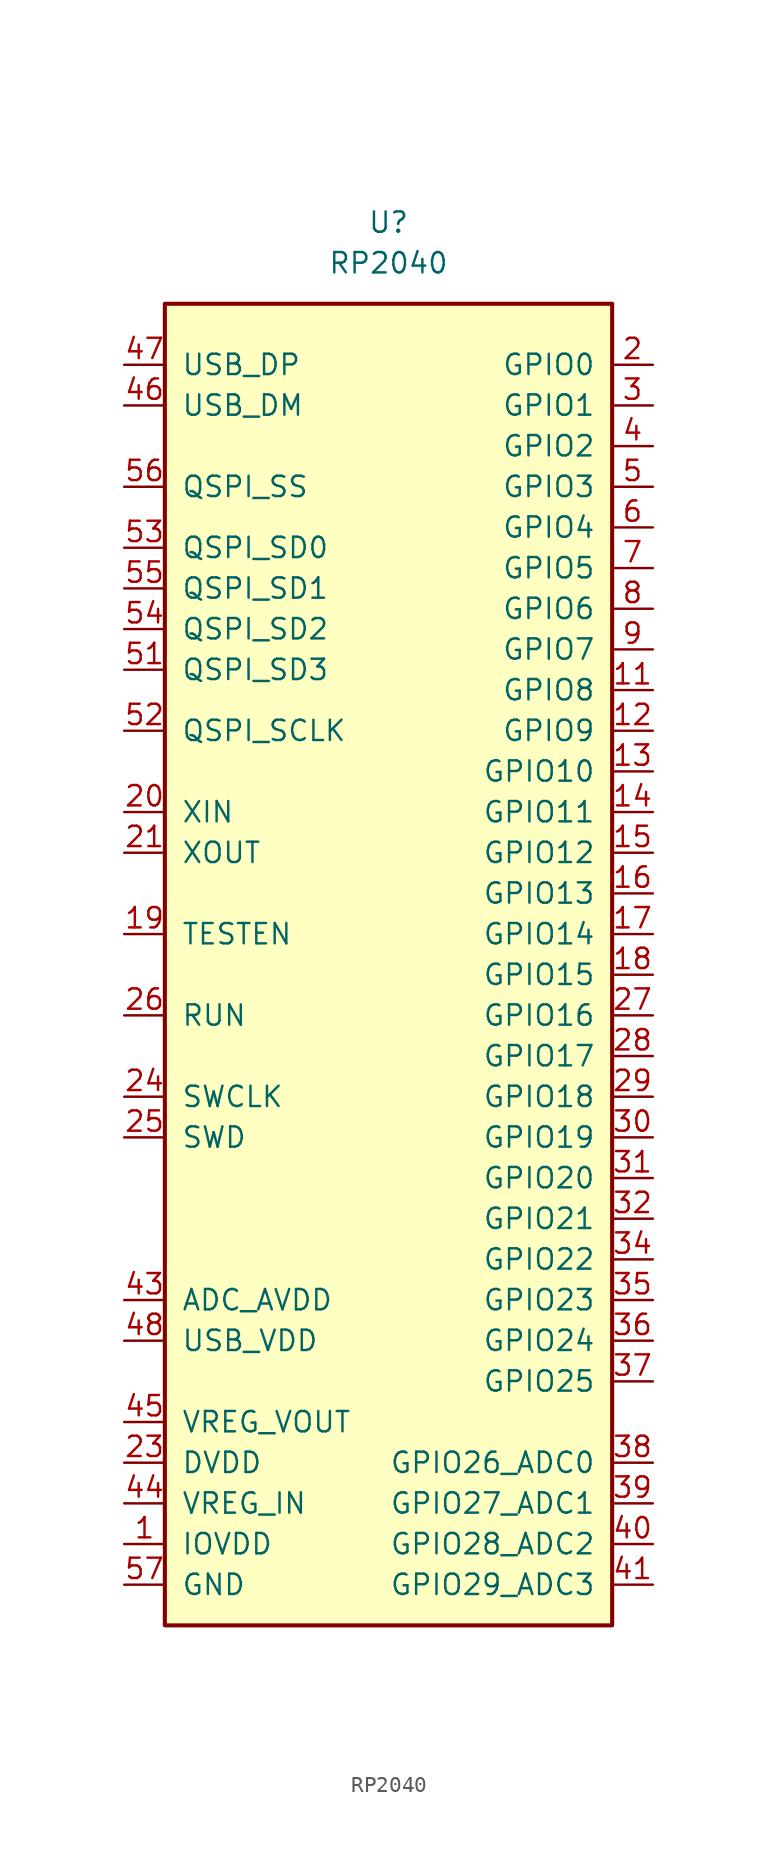
<source format=kicad_sym>
(kicad_symbol_lib
  (version 20220914)
  (generator kicad_symbol_editor)
  (symbol "RP2040"
    (pin_names
      (offset 1.016))
    (property "Reference" "U"
      (at 0 5.08 0)
      (effects (font (size 1.27 1.27))))
    (property "Value" "RP2040"
      (at 0 2.54 0)
      (effects (font (size 1.27 1.27))))
    (symbol "RP2040_0_1"
      (rectangle (start -13.97 0) (end 13.97 -82.55) (stroke (width 0.254) (type solid)) (fill (type background))))
    (symbol "RP2040_1_1"
      (pin power_in line (at -16.51 -77.47 0) (length 2.54) (name "IOVDD" (effects (font (size 1.27 1.27)))) (number "1" (effects (font (size 1.27 1.27)))))
      (pin power_in line (at -16.51 -77.47 0) (length 2.54) hide (name "IOVDD" (effects (font (size 1.27 1.27)))) (number "10" (effects (font (size 1.27 1.27)))))
      (pin bidirectional line (at 16.51 -24.13 180) (length 2.54) (name "GPIO8" (effects (font (size 1.27 1.27)))) (number "11" (effects (font (size 1.27 1.27)))))
      (pin bidirectional line (at 16.51 -26.67 180) (length 2.54) (name "GPIO9" (effects (font (size 1.27 1.27)))) (number "12" (effects (font (size 1.27 1.27)))))
      (pin bidirectional line (at 16.51 -29.21 180) (length 2.54) (name "GPIO10" (effects (font (size 1.27 1.27)))) (number "13" (effects (font (size 1.27 1.27)))))
      (pin bidirectional line (at 16.51 -31.75 180) (length 2.54) (name "GPIO11" (effects (font (size 1.27 1.27)))) (number "14" (effects (font (size 1.27 1.27)))))
      (pin bidirectional line (at 16.51 -34.29 180) (length 2.54) (name "GPIO12" (effects (font (size 1.27 1.27)))) (number "15" (effects (font (size 1.27 1.27)))))
      (pin bidirectional line (at 16.51 -36.83 180) (length 2.54) (name "GPIO13" (effects (font (size 1.27 1.27)))) (number "16" (effects (font (size 1.27 1.27)))))
      (pin bidirectional line (at 16.51 -39.37 180) (length 2.54) (name "GPIO14" (effects (font (size 1.27 1.27)))) (number "17" (effects (font (size 1.27 1.27)))))
      (pin bidirectional line (at 16.51 -41.91 180) (length 2.54) (name "GPIO15" (effects (font (size 1.27 1.27)))) (number "18" (effects (font (size 1.27 1.27)))))
      (pin passive line (at -16.51 -39.37 0) (length 2.54) (name "TESTEN" (effects (font (size 1.27 1.27)))) (number "19" (effects (font (size 1.27 1.27)))))
      (pin bidirectional line (at 16.51 -3.81 180) (length 2.54) (name "GPIO0" (effects (font (size 1.27 1.27)))) (number "2" (effects (font (size 1.27 1.27)))))
      (pin input line (at -16.51 -31.75 0) (length 2.54) (name "XIN" (effects (font (size 1.27 1.27)))) (number "20" (effects (font (size 1.27 1.27)))))
      (pin passive line (at -16.51 -34.29 0) (length 2.54) (name "XOUT" (effects (font (size 1.27 1.27)))) (number "21" (effects (font (size 1.27 1.27)))))
      (pin power_in line (at -16.51 -77.47 0) (length 2.54) hide (name "IOVDD" (effects (font (size 1.27 1.27)))) (number "22" (effects (font (size 1.27 1.27)))))
      (pin power_in line (at -16.51 -72.39 0) (length 2.54) (name "DVDD" (effects (font (size 1.27 1.27)))) (number "23" (effects (font (size 1.27 1.27)))))
      (pin input line (at -16.51 -49.53 0) (length 2.54) (name "SWCLK" (effects (font (size 1.27 1.27)))) (number "24" (effects (font (size 1.27 1.27)))))
      (pin bidirectional line (at -16.51 -52.07 0) (length 2.54) (name "SWD" (effects (font (size 1.27 1.27)))) (number "25" (effects (font (size 1.27 1.27)))))
      (pin input line (at -16.51 -44.45 0) (length 2.54) (name "RUN" (effects (font (size 1.27 1.27)))) (number "26" (effects (font (size 1.27 1.27)))))
      (pin bidirectional line (at 16.51 -44.45 180) (length 2.54) (name "GPIO16" (effects (font (size 1.27 1.27)))) (number "27" (effects (font (size 1.27 1.27)))))
      (pin bidirectional line (at 16.51 -46.99 180) (length 2.54) (name "GPIO17" (effects (font (size 1.27 1.27)))) (number "28" (effects (font (size 1.27 1.27)))))
      (pin bidirectional line (at 16.51 -49.53 180) (length 2.54) (name "GPIO18" (effects (font (size 1.27 1.27)))) (number "29" (effects (font (size 1.27 1.27)))))
      (pin bidirectional line (at 16.51 -6.35 180) (length 2.54) (name "GPIO1" (effects (font (size 1.27 1.27)))) (number "3" (effects (font (size 1.27 1.27)))))
      (pin bidirectional line (at 16.51 -52.07 180) (length 2.54) (name "GPIO19" (effects (font (size 1.27 1.27)))) (number "30" (effects (font (size 1.27 1.27)))))
      (pin bidirectional line (at 16.51 -54.61 180) (length 2.54) (name "GPIO20" (effects (font (size 1.27 1.27)))) (number "31" (effects (font (size 1.27 1.27)))))
      (pin bidirectional line (at 16.51 -57.15 180) (length 2.54) (name "GPIO21" (effects (font (size 1.27 1.27)))) (number "32" (effects (font (size 1.27 1.27)))))
      (pin power_in line (at -16.51 -77.47 0) (length 2.54) hide (name "IOVDD" (effects (font (size 1.27 1.27)))) (number "33" (effects (font (size 1.27 1.27)))))
      (pin bidirectional line (at 16.51 -59.69 180) (length 2.54) (name "GPIO22" (effects (font (size 1.27 1.27)))) (number "34" (effects (font (size 1.27 1.27)))))
      (pin bidirectional line (at 16.51 -62.23 180) (length 2.54) (name "GPIO23" (effects (font (size 1.27 1.27)))) (number "35" (effects (font (size 1.27 1.27)))))
      (pin bidirectional line (at 16.51 -64.77 180) (length 2.54) (name "GPIO24" (effects (font (size 1.27 1.27)))) (number "36" (effects (font (size 1.27 1.27)))))
      (pin bidirectional line (at 16.51 -67.31 180) (length 2.54) (name "GPIO25" (effects (font (size 1.27 1.27)))) (number "37" (effects (font (size 1.27 1.27)))))
      (pin bidirectional line (at 16.51 -72.39 180) (length 2.54) (name "GPIO26_ADC0" (effects (font (size 1.27 1.27)))) (number "38" (effects (font (size 1.27 1.27)))))
      (pin bidirectional line (at 16.51 -74.93 180) (length 2.54) (name "GPIO27_ADC1" (effects (font (size 1.27 1.27)))) (number "39" (effects (font (size 1.27 1.27)))))
      (pin bidirectional line (at 16.51 -8.89 180) (length 2.54) (name "GPIO2" (effects (font (size 1.27 1.27)))) (number "4" (effects (font (size 1.27 1.27)))))
      (pin bidirectional line (at 16.51 -77.47 180) (length 2.54) (name "GPIO28_ADC2" (effects (font (size 1.27 1.27)))) (number "40" (effects (font (size 1.27 1.27)))))
      (pin bidirectional line (at 16.51 -80.01 180) (length 2.54) (name "GPIO29_ADC3" (effects (font (size 1.27 1.27)))) (number "41" (effects (font (size 1.27 1.27)))))
      (pin power_in line (at -16.51 -77.47 0) (length 2.54) hide (name "IOVDD" (effects (font (size 1.27 1.27)))) (number "42" (effects (font (size 1.27 1.27)))))
      (pin power_in line (at -16.51 -62.23 0) (length 2.54) (name "ADC_AVDD" (effects (font (size 1.27 1.27)))) (number "43" (effects (font (size 1.27 1.27)))))
      (pin power_in line (at -16.51 -74.93 0) (length 2.54) (name "VREG_IN" (effects (font (size 1.27 1.27)))) (number "44" (effects (font (size 1.27 1.27)))))
      (pin power_out line (at -16.51 -69.85 0) (length 2.54) (name "VREG_VOUT" (effects (font (size 1.27 1.27)))) (number "45" (effects (font (size 1.27 1.27)))))
      (pin bidirectional line (at -16.51 -6.35 0) (length 2.54) (name "USB_DM" (effects (font (size 1.27 1.27)))) (number "46" (effects (font (size 1.27 1.27)))))
      (pin bidirectional line (at -16.51 -3.81 0) (length 2.54) (name "USB_DP" (effects (font (size 1.27 1.27)))) (number "47" (effects (font (size 1.27 1.27)))))
      (pin power_in line (at -16.51 -64.77 0) (length 2.54) (name "USB_VDD" (effects (font (size 1.27 1.27)))) (number "48" (effects (font (size 1.27 1.27)))))
      (pin power_in line (at -16.51 -77.47 0) (length 2.54) hide (name "IOVDD" (effects (font (size 1.27 1.27)))) (number "49" (effects (font (size 1.27 1.27)))))
      (pin bidirectional line (at 16.51 -11.43 180) (length 2.54) (name "GPIO3" (effects (font (size 1.27 1.27)))) (number "5" (effects (font (size 1.27 1.27)))))
      (pin power_in line (at -16.51 -72.39 0) (length 2.54) hide (name "DVDD" (effects (font (size 1.27 1.27)))) (number "50" (effects (font (size 1.27 1.27)))))
      (pin bidirectional line (at -16.51 -22.86 0) (length 2.54) (name "QSPI_SD3" (effects (font (size 1.27 1.27)))) (number "51" (effects (font (size 1.27 1.27)))))
      (pin output line (at -16.51 -26.67 0) (length 2.54) (name "QSPI_SCLK" (effects (font (size 1.27 1.27)))) (number "52" (effects (font (size 1.27 1.27)))))
      (pin bidirectional line (at -16.51 -15.24 0) (length 2.54) (name "QSPI_SD0" (effects (font (size 1.27 1.27)))) (number "53" (effects (font (size 1.27 1.27)))))
      (pin bidirectional line (at -16.51 -20.32 0) (length 2.54) (name "QSPI_SD2" (effects (font (size 1.27 1.27)))) (number "54" (effects (font (size 1.27 1.27)))))
      (pin bidirectional line (at -16.51 -17.78 0) (length 2.54) (name "QSPI_SD1" (effects (font (size 1.27 1.27)))) (number "55" (effects (font (size 1.27 1.27)))))
      (pin bidirectional line (at -16.51 -11.43 0) (length 2.54) (name "QSPI_SS" (effects (font (size 1.27 1.27)))) (number "56" (effects (font (size 1.27 1.27)))))
      (pin power_in line (at -16.51 -80.01 0) (length 2.54) (name "GND" (effects (font (size 1.27 1.27)))) (number "57" (effects (font (size 1.27 1.27)))))
      (pin bidirectional line (at 16.51 -13.97 180) (length 2.54) (name "GPIO4" (effects (font (size 1.27 1.27)))) (number "6" (effects (font (size 1.27 1.27)))))
      (pin bidirectional line (at 16.51 -16.51 180) (length 2.54) (name "GPIO5" (effects (font (size 1.27 1.27)))) (number "7" (effects (font (size 1.27 1.27)))))
      (pin bidirectional line (at 16.51 -19.05 180) (length 2.54) (name "GPIO6" (effects (font (size 1.27 1.27)))) (number "8" (effects (font (size 1.27 1.27)))))
      (pin bidirectional line (at 16.51 -21.59 180) (length 2.54) (name "GPIO7" (effects (font (size 1.27 1.27)))) (number "9" (effects (font (size 1.27 1.27))))))))
</source>
